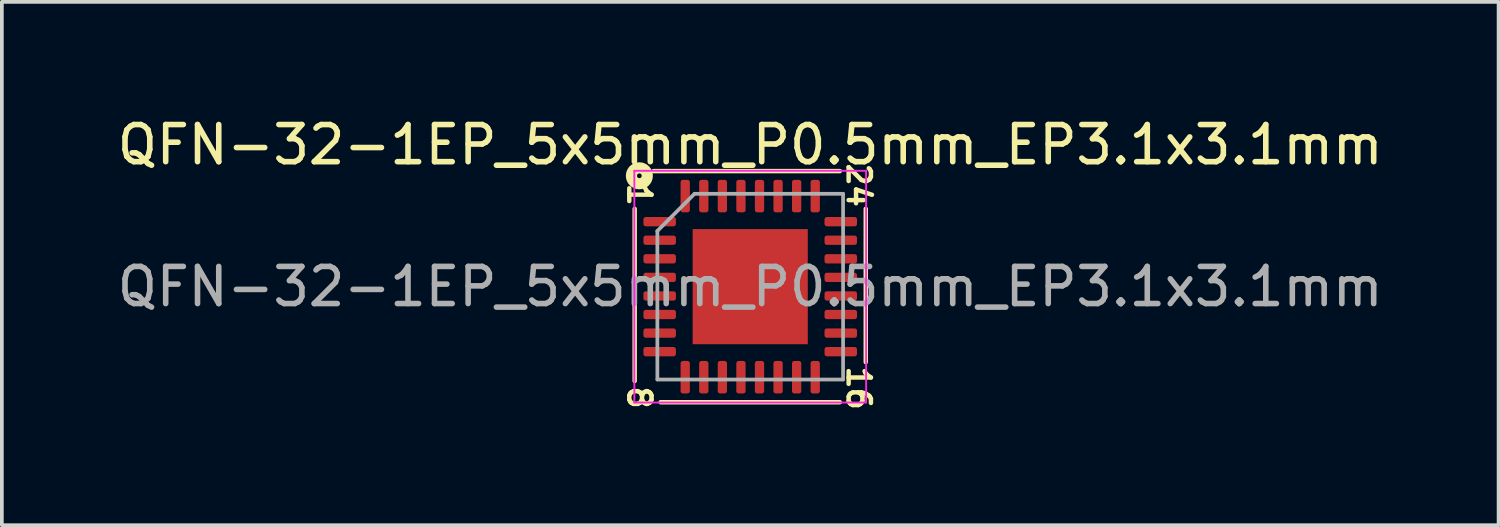
<source format=kicad_pcb>
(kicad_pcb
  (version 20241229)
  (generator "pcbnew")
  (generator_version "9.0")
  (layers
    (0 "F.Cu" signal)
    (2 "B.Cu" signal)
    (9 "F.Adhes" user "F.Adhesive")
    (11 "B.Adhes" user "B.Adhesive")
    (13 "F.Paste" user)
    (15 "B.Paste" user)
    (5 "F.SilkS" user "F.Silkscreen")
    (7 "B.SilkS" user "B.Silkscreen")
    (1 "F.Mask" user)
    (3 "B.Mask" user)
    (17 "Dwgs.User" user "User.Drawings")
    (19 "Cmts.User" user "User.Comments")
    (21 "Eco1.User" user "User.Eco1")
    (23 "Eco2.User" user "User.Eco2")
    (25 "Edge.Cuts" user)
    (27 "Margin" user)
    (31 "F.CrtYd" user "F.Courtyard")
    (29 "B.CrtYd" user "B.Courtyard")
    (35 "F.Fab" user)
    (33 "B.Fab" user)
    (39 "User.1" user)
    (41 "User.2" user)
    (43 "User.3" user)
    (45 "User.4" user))
  (footprint "QFN-32-1EP_5x5mm_P0.5mm_EP3.1x3.1mm"
    (layer "F.Cu")
    (at 17.149 4.668)
    (property "Reference" "QFN-32-1EP_5x5mm_P0.5mm_EP3.1x3.1mm" (at 0 -3.82 0) (layer "F.SilkS") (effects (font (size 1 1) (thickness 0.15))))
    (attr smd)
    (fp_line (start -3.111 -2.095) (end -3.111 2.54) (stroke (width 0.12) (type solid)) (layer "F.SilkS"))
    (fp_line (start -2.413 3.111) (end 2.413 3.111) (stroke (width 0.12) (type solid)) (layer "F.SilkS"))
    (fp_line (start 2.413 -3.111) (end -2.603 -3.111) (stroke (width 0.12) (type solid)) (layer "F.SilkS"))
    (fp_line (start 3.111 2.032) (end 3.111 -2.095) (stroke (width 0.12) (type solid)) (layer "F.SilkS"))
    (fp_circle (center -2.985 -2.985) (end -2.921 -2.985) (stroke (width 0.3) (type solid)) (fill no) (layer "F.SilkS"))
    (fp_line (start -3.12 -3.12) (end -3.12 3.12) (stroke (width 0.05) (type solid)) (layer "F.CrtYd"))
    (fp_line (start -3.12 3.12) (end 3.12 3.12) (stroke (width 0.05) (type solid)) (layer "F.CrtYd"))
    (fp_line (start 3.12 -3.12) (end -3.12 -3.12) (stroke (width 0.05) (type solid)) (layer "F.CrtYd"))
    (fp_line (start 3.12 3.12) (end 3.12 -3.12) (stroke (width 0.05) (type solid)) (layer "F.CrtYd"))
    (fp_line (start -2.5 -1.5) (end -1.5 -2.5) (stroke (width 0.1) (type solid)) (layer "F.Fab"))
    (fp_line (start -2.5 2.5) (end -2.5 -1.5) (stroke (width 0.1) (type solid)) (layer "F.Fab"))
    (fp_line (start -1.5 -2.5) (end 2.5 -2.5) (stroke (width 0.1) (type solid)) (layer "F.Fab"))
    (fp_line (start 2.5 -2.5) (end 2.5 2.5) (stroke (width 0.1) (type solid)) (layer "F.Fab"))
    (fp_line (start 2.5 2.5) (end -2.5 2.5) (stroke (width 0.1) (type solid)) (layer "F.Fab"))
    (fp_text user "24" (at 2.921 -2.731 270) (unlocked yes) (layer "F.SilkS") (effects (font (size 0.6 0.6) (thickness 0.12))))
    (fp_text user "1" (at -2.985 -2.477 270) (unlocked yes) (layer "F.SilkS") (effects (font (size 0.6 0.6) (thickness 0.12))))
    (fp_text user "16" (at 2.921 2.731 270) (unlocked yes) (layer "F.SilkS") (effects (font (size 0.6 0.6) (thickness 0.12))))
    (fp_text user "8" (at -2.985 2.985 270) (unlocked yes) (layer "F.SilkS") (effects (font (size 0.6 0.6) (thickness 0.12))))
    (fp_text user "${REFERENCE}" (at 0 0 0) (layer "F.Fab") (effects (font (size 1 1) (thickness 0.15))))
    (pad "" smd roundrect (at -1.03 -1.03) (size 0.83 0.83) (layers "F.Paste") (roundrect_rratio 0.25))
    (pad "" smd roundrect (at -1.03 0) (size 0.83 0.83) (layers "F.Paste") (roundrect_rratio 0.25))
    (pad "" smd roundrect (at -1.03 1.03) (size 0.83 0.83) (layers "F.Paste") (roundrect_rratio 0.25))
    (pad "" smd roundrect (at 0 -1.03) (size 0.83 0.83) (layers "F.Paste") (roundrect_rratio 0.25))
    (pad "" smd roundrect (at 0 0) (size 0.83 0.83) (layers "F.Paste") (roundrect_rratio 0.25))
    (pad "" smd roundrect (at 0 1.03) (size 0.83 0.83) (layers "F.Paste") (roundrect_rratio 0.25))
    (pad "" smd roundrect (at 1.03 -1.03) (size 0.83 0.83) (layers "F.Paste") (roundrect_rratio 0.25))
    (pad "" smd roundrect (at 1.03 0) (size 0.83 0.83) (layers "F.Paste") (roundrect_rratio 0.25))
    (pad "" smd roundrect (at 1.03 1.03) (size 0.83 0.83) (layers "F.Paste") (roundrect_rratio 0.25))
    (pad "1" smd roundrect (at -2.438 -1.75) (size 0.875 0.25) (layers "F.Cu" "F.Mask" "F.Paste") (roundrect_rratio 0.25))
    (pad "2" smd roundrect (at -2.438 -1.25) (size 0.875 0.25) (layers "F.Cu" "F.Mask" "F.Paste") (roundrect_rratio 0.25))
    (pad "3" smd roundrect (at -2.438 -0.75) (size 0.875 0.25) (layers "F.Cu" "F.Mask" "F.Paste") (roundrect_rratio 0.25))
    (pad "4" smd roundrect (at -2.438 -0.25) (size 0.875 0.25) (layers "F.Cu" "F.Mask" "F.Paste") (roundrect_rratio 0.25))
    (pad "5" smd roundrect (at -2.438 0.25) (size 0.875 0.25) (layers "F.Cu" "F.Mask" "F.Paste") (roundrect_rratio 0.25))
    (pad "6" smd roundrect (at -2.438 0.75) (size 0.875 0.25) (layers "F.Cu" "F.Mask" "F.Paste") (roundrect_rratio 0.25))
    (pad "7" smd roundrect (at -2.438 1.25) (size 0.875 0.25) (layers "F.Cu" "F.Mask" "F.Paste") (roundrect_rratio 0.25))
    (pad "8" smd roundrect (at -2.438 1.75) (size 0.875 0.25) (layers "F.Cu" "F.Mask" "F.Paste") (roundrect_rratio 0.25))
    (pad "9" smd roundrect (at -1.75 2.438) (size 0.25 0.875) (layers "F.Cu" "F.Mask" "F.Paste") (roundrect_rratio 0.25))
    (pad "10" smd roundrect (at -1.25 2.438) (size 0.25 0.875) (layers "F.Cu" "F.Mask" "F.Paste") (roundrect_rratio 0.25))
    (pad "11" smd roundrect (at -0.75 2.438) (size 0.25 0.875) (layers "F.Cu" "F.Mask" "F.Paste") (roundrect_rratio 0.25))
    (pad "12" smd roundrect (at -0.25 2.438) (size 0.25 0.875) (layers "F.Cu" "F.Mask" "F.Paste") (roundrect_rratio 0.25))
    (pad "13" smd roundrect (at 0.25 2.438) (size 0.25 0.875) (layers "F.Cu" "F.Mask" "F.Paste") (roundrect_rratio 0.25))
    (pad "14" smd roundrect (at 0.75 2.438) (size 0.25 0.875) (layers "F.Cu" "F.Mask" "F.Paste") (roundrect_rratio 0.25))
    (pad "15" smd roundrect (at 1.25 2.438) (size 0.25 0.875) (layers "F.Cu" "F.Mask" "F.Paste") (roundrect_rratio 0.25))
    (pad "16" smd roundrect (at 1.75 2.438) (size 0.25 0.875) (layers "F.Cu" "F.Mask" "F.Paste") (roundrect_rratio 0.25))
    (pad "17" smd roundrect (at 2.438 1.75) (size 0.875 0.25) (layers "F.Cu" "F.Mask" "F.Paste") (roundrect_rratio 0.25))
    (pad "18" smd roundrect (at 2.438 1.25) (size 0.875 0.25) (layers "F.Cu" "F.Mask" "F.Paste") (roundrect_rratio 0.25))
    (pad "19" smd roundrect (at 2.438 0.75) (size 0.875 0.25) (layers "F.Cu" "F.Mask" "F.Paste") (roundrect_rratio 0.25))
    (pad "20" smd roundrect (at 2.438 0.25) (size 0.875 0.25) (layers "F.Cu" "F.Mask" "F.Paste") (roundrect_rratio 0.25))
    (pad "21" smd roundrect (at 2.438 -0.25) (size 0.875 0.25) (layers "F.Cu" "F.Mask" "F.Paste") (roundrect_rratio 0.25))
    (pad "22" smd roundrect (at 2.438 -0.75) (size 0.875 0.25) (layers "F.Cu" "F.Mask" "F.Paste") (roundrect_rratio 0.25))
    (pad "23" smd roundrect (at 2.438 -1.25) (size 0.875 0.25) (layers "F.Cu" "F.Mask" "F.Paste") (roundrect_rratio 0.25))
    (pad "24" smd roundrect (at 2.438 -1.75) (size 0.875 0.25) (layers "F.Cu" "F.Mask" "F.Paste") (roundrect_rratio 0.25))
    (pad "25" smd roundrect (at 1.75 -2.438) (size 0.25 0.875) (layers "F.Cu" "F.Mask" "F.Paste") (roundrect_rratio 0.25))
    (pad "26" smd roundrect (at 1.25 -2.438) (size 0.25 0.875) (layers "F.Cu" "F.Mask" "F.Paste") (roundrect_rratio 0.25))
    (pad "27" smd roundrect (at 0.75 -2.438) (size 0.25 0.875) (layers "F.Cu" "F.Mask" "F.Paste") (roundrect_rratio 0.25))
    (pad "28" smd roundrect (at 0.25 -2.438) (size 0.25 0.875) (layers "F.Cu" "F.Mask" "F.Paste") (roundrect_rratio 0.25))
    (pad "29" smd roundrect (at -0.25 -2.438) (size 0.25 0.875) (layers "F.Cu" "F.Mask" "F.Paste") (roundrect_rratio 0.25))
    (pad "30" smd roundrect (at -0.75 -2.438) (size 0.25 0.875) (layers "F.Cu" "F.Mask" "F.Paste") (roundrect_rratio 0.25))
    (pad "31" smd roundrect (at -1.25 -2.438) (size 0.25 0.875) (layers "F.Cu" "F.Mask" "F.Paste") (roundrect_rratio 0.25))
    (pad "32" smd roundrect (at -1.75 -2.438) (size 0.25 0.875) (layers "F.Cu" "F.Mask" "F.Paste") (roundrect_rratio 0.25))
    (pad "33" smd rect (at 0 0) (size 3.1 3.1) (layers "F.Cu" "F.Mask")))
  (gr_rect
    (start -3 -3)
    (end 37.298 11.09)
    (stroke (width 0.1) (type default))
    (fill no)
    (layer "Edge.Cuts")))
</source>
